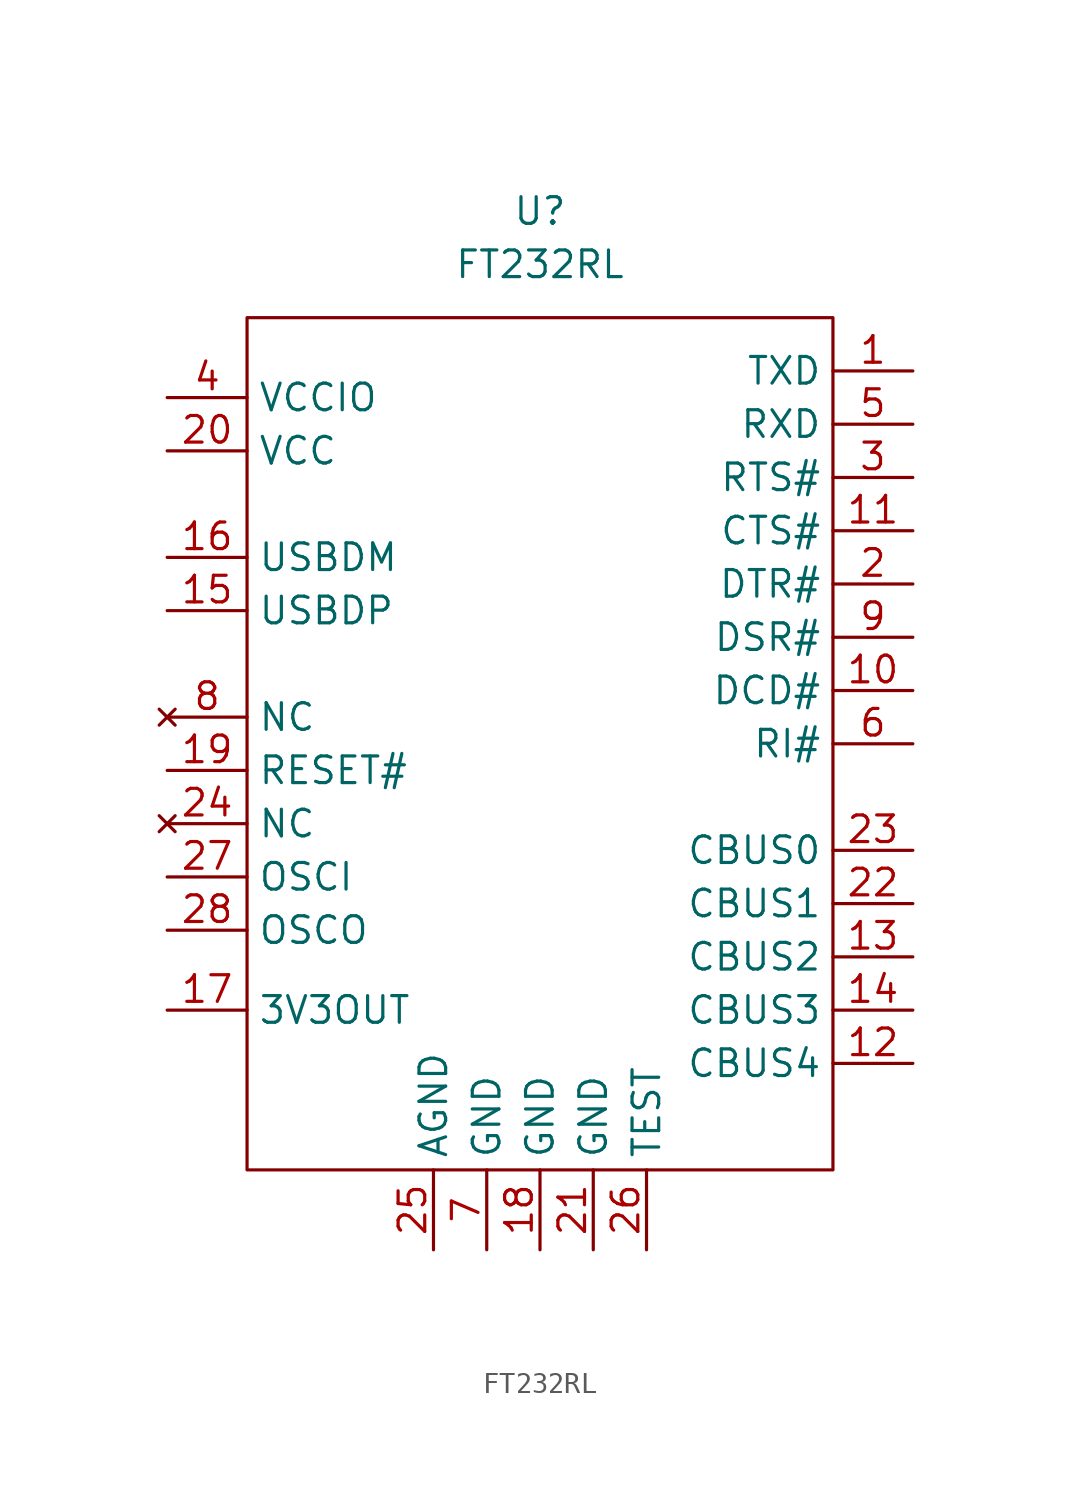
<source format=kicad_sym>
(kicad_symbol_lib
  (version 20231120)
  (generator "kicad_symbol_editor")
  (generator_version "8.0")
  (symbol "FT232RL"
    (property "Reference" "U"
      (at 0 26.67 0)
      (effects (font (size 1.27 1.27))))
    (property "Value" "FT232RL"
      (at 0 24.13 0)
      (effects (font (size 1.27 1.27))))
    (symbol "FT232RL_0_1"
      (rectangle (start -13.97 21.59) (end 13.97 -19.05) (stroke (width 0) (type default)) (fill (type none))))
    (symbol "FT232RL_1_1"
      (pin output line (at 17.78 19.05 180) (length 3.81) (name "TXD" (effects (font (size 1.27 1.27)))) (number "1" (effects (font (size 1.27 1.27)))))
      (pin input line (at 17.78 3.81 180) (length 3.81) (name "DCD#" (effects (font (size 1.27 1.27)))) (number "10" (effects (font (size 1.27 1.27)))))
      (pin input line (at 17.78 11.43 180) (length 3.81) (name "CTS#" (effects (font (size 1.27 1.27)))) (number "11" (effects (font (size 1.27 1.27)))))
      (pin bidirectional line (at 17.78 -13.97 180) (length 3.81) (name "CBUS4" (effects (font (size 1.27 1.27)))) (number "12" (effects (font (size 1.27 1.27)))))
      (pin bidirectional line (at 17.78 -8.89 180) (length 3.81) (name "CBUS2" (effects (font (size 1.27 1.27)))) (number "13" (effects (font (size 1.27 1.27)))))
      (pin bidirectional line (at 17.78 -11.43 180) (length 3.81) (name "CBUS3" (effects (font (size 1.27 1.27)))) (number "14" (effects (font (size 1.27 1.27)))))
      (pin bidirectional line (at -17.78 7.62 0) (length 3.81) (name "USBDP" (effects (font (size 1.27 1.27)))) (number "15" (effects (font (size 1.27 1.27)))))
      (pin bidirectional line (at -17.78 10.16 0) (length 3.81) (name "USBDM" (effects (font (size 1.27 1.27)))) (number "16" (effects (font (size 1.27 1.27)))))
      (pin power_out line (at -17.78 -11.43 0) (length 3.81) (name "3V3OUT" (effects (font (size 1.27 1.27)))) (number "17" (effects (font (size 1.27 1.27)))))
      (pin power_in line (at 0 -22.86 90) (length 3.81) (name "GND" (effects (font (size 1.27 1.27)))) (number "18" (effects (font (size 1.27 1.27)))))
      (pin input line (at -17.78 0 0) (length 3.81) (name "RESET#" (effects (font (size 1.27 1.27)))) (number "19" (effects (font (size 1.27 1.27)))))
      (pin output line (at 17.78 8.89 180) (length 3.81) (name "DTR#" (effects (font (size 1.27 1.27)))) (number "2" (effects (font (size 1.27 1.27)))))
      (pin power_in line (at -17.78 15.24 0) (length 3.81) (name "VCC" (effects (font (size 1.27 1.27)))) (number "20" (effects (font (size 1.27 1.27)))))
      (pin power_in line (at 2.54 -22.86 90) (length 3.81) (name "GND" (effects (font (size 1.27 1.27)))) (number "21" (effects (font (size 1.27 1.27)))))
      (pin bidirectional line (at 17.78 -6.35 180) (length 3.81) (name "CBUS1" (effects (font (size 1.27 1.27)))) (number "22" (effects (font (size 1.27 1.27)))))
      (pin bidirectional line (at 17.78 -3.81 180) (length 3.81) (name "CBUS0" (effects (font (size 1.27 1.27)))) (number "23" (effects (font (size 1.27 1.27)))))
      (pin no_connect line (at -17.78 -2.54 0) (length 3.81) (name "NC" (effects (font (size 1.27 1.27)))) (number "24" (effects (font (size 1.27 1.27)))))
      (pin power_in line (at -5.08 -22.86 90) (length 3.81) (name "AGND" (effects (font (size 1.27 1.27)))) (number "25" (effects (font (size 1.27 1.27)))))
      (pin input line (at 5.08 -22.86 90) (length 3.81) (name "TEST" (effects (font (size 1.27 1.27)))) (number "26" (effects (font (size 1.27 1.27)))))
      (pin input line (at -17.78 -5.08 0) (length 3.81) (name "OSCI" (effects (font (size 1.27 1.27)))) (number "27" (effects (font (size 1.27 1.27)))))
      (pin output line (at -17.78 -7.62 0) (length 3.81) (name "OSCO" (effects (font (size 1.27 1.27)))) (number "28" (effects (font (size 1.27 1.27)))))
      (pin output line (at 17.78 13.97 180) (length 3.81) (name "RTS#" (effects (font (size 1.27 1.27)))) (number "3" (effects (font (size 1.27 1.27)))))
      (pin power_in line (at -17.78 17.78 0) (length 3.81) (name "VCCIO" (effects (font (size 1.27 1.27)))) (number "4" (effects (font (size 1.27 1.27)))))
      (pin input line (at 17.78 16.51 180) (length 3.81) (name "RXD" (effects (font (size 1.27 1.27)))) (number "5" (effects (font (size 1.27 1.27)))))
      (pin input line (at 17.78 1.27 180) (length 3.81) (name "RI#" (effects (font (size 1.27 1.27)))) (number "6" (effects (font (size 1.27 1.27)))))
      (pin power_in line (at -2.54 -22.86 90) (length 3.81) (name "GND" (effects (font (size 1.27 1.27)))) (number "7" (effects (font (size 1.27 1.27)))))
      (pin no_connect line (at -17.78 2.54 0) (length 3.81) (name "NC" (effects (font (size 1.27 1.27)))) (number "8" (effects (font (size 1.27 1.27)))))
      (pin input line (at 17.78 6.35 180) (length 3.81) (name "DSR#" (effects (font (size 1.27 1.27)))) (number "9" (effects (font (size 1.27 1.27))))))))
</source>
